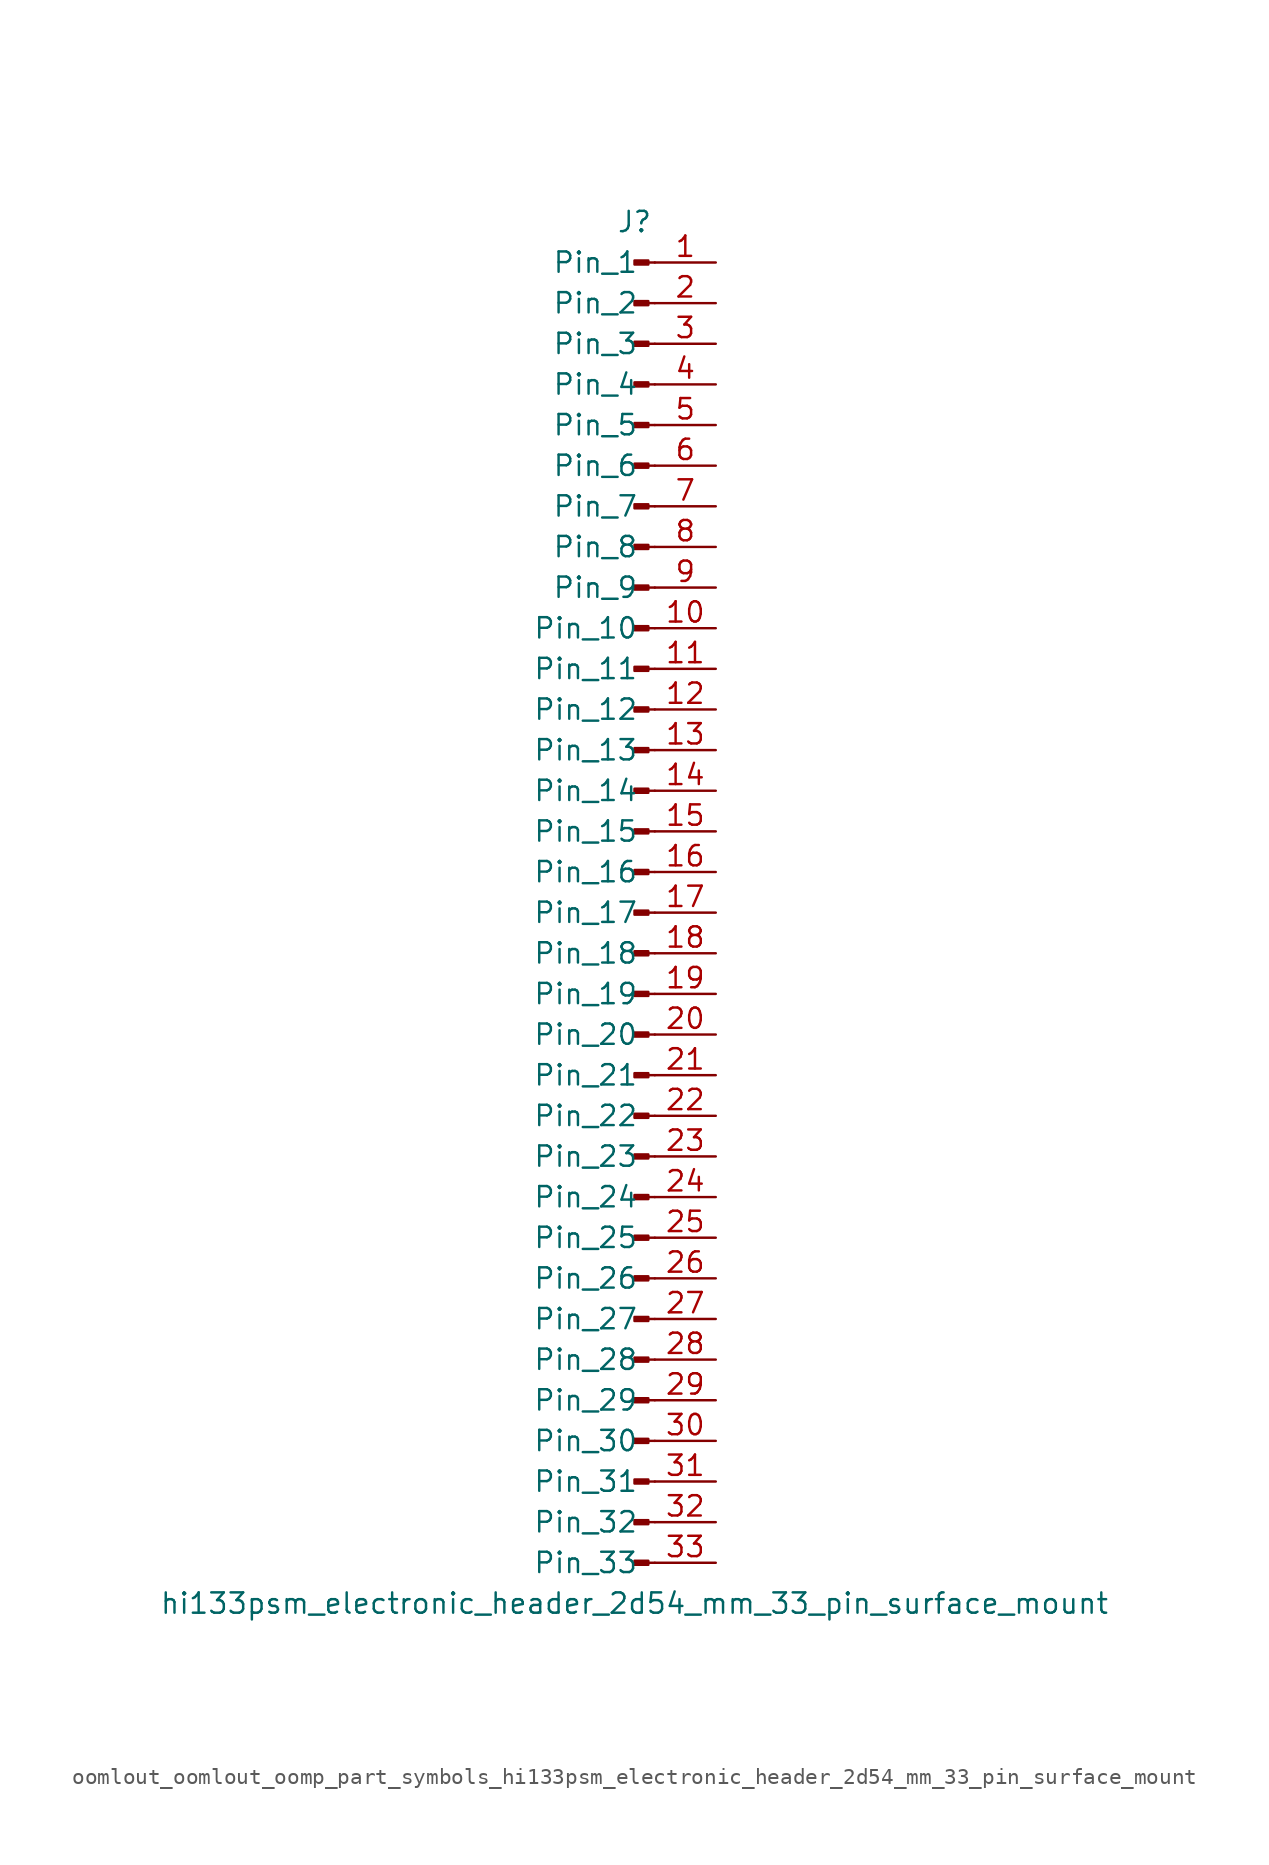
<source format=kicad_sym>
(kicad_symbol_lib
  (version 20220914)
  (generator kicad_symbol_editor)
  (symbol "oomlout_oomlout_oomp_part_symbols_hi133psm_electronic_header_2d54_mm_33_pin_surface_mount"
    (pin_names
      (offset 1.016))
    (property "Reference" "J"
      (at 0 43.18 0)
      (effects (font (size 1.27 1.27))))
    (property "Value" "hi133psm_electronic_header_2d54_mm_33_pin_surface_mount"
      (at 0 -43.18 0)
      (effects (font (size 1.27 1.27))))
    (property "ki_locked" ""
      (at 0 0 0)
      (effects (font (size 1.27 1.27))))
    (symbol "oomlout_oomlout_oomp_part_symbols_hi133psm_electronic_header_2d54_mm_33_pin_surface_mount_1_1"
      (polyline (pts (xy 1.27 -40.64) (xy 0.864 -40.64)) (stroke (width 0.152) (type default)) (fill (type none)))
      (polyline (pts (xy 1.27 -38.1) (xy 0.864 -38.1)) (stroke (width 0.152) (type default)) (fill (type none)))
      (polyline (pts (xy 1.27 -35.56) (xy 0.864 -35.56)) (stroke (width 0.152) (type default)) (fill (type none)))
      (polyline (pts (xy 1.27 -33.02) (xy 0.864 -33.02)) (stroke (width 0.152) (type default)) (fill (type none)))
      (polyline (pts (xy 1.27 -30.48) (xy 0.864 -30.48)) (stroke (width 0.152) (type default)) (fill (type none)))
      (polyline (pts (xy 1.27 -27.94) (xy 0.864 -27.94)) (stroke (width 0.152) (type default)) (fill (type none)))
      (polyline (pts (xy 1.27 -25.4) (xy 0.864 -25.4)) (stroke (width 0.152) (type default)) (fill (type none)))
      (polyline (pts (xy 1.27 -22.86) (xy 0.864 -22.86)) (stroke (width 0.152) (type default)) (fill (type none)))
      (polyline (pts (xy 1.27 -20.32) (xy 0.864 -20.32)) (stroke (width 0.152) (type default)) (fill (type none)))
      (polyline (pts (xy 1.27 -17.78) (xy 0.864 -17.78)) (stroke (width 0.152) (type default)) (fill (type none)))
      (polyline (pts (xy 1.27 -15.24) (xy 0.864 -15.24)) (stroke (width 0.152) (type default)) (fill (type none)))
      (polyline (pts (xy 1.27 -12.7) (xy 0.864 -12.7)) (stroke (width 0.152) (type default)) (fill (type none)))
      (polyline (pts (xy 1.27 -10.16) (xy 0.864 -10.16)) (stroke (width 0.152) (type default)) (fill (type none)))
      (polyline (pts (xy 1.27 -7.62) (xy 0.864 -7.62)) (stroke (width 0.152) (type default)) (fill (type none)))
      (polyline (pts (xy 1.27 -5.08) (xy 0.864 -5.08)) (stroke (width 0.152) (type default)) (fill (type none)))
      (polyline (pts (xy 1.27 -2.54) (xy 0.864 -2.54)) (stroke (width 0.152) (type default)) (fill (type none)))
      (polyline (pts (xy 1.27 0) (xy 0.864 0)) (stroke (width 0.152) (type default)) (fill (type none)))
      (polyline (pts (xy 1.27 2.54) (xy 0.864 2.54)) (stroke (width 0.152) (type default)) (fill (type none)))
      (polyline (pts (xy 1.27 5.08) (xy 0.864 5.08)) (stroke (width 0.152) (type default)) (fill (type none)))
      (polyline (pts (xy 1.27 7.62) (xy 0.864 7.62)) (stroke (width 0.152) (type default)) (fill (type none)))
      (polyline (pts (xy 1.27 10.16) (xy 0.864 10.16)) (stroke (width 0.152) (type default)) (fill (type none)))
      (polyline (pts (xy 1.27 12.7) (xy 0.864 12.7)) (stroke (width 0.152) (type default)) (fill (type none)))
      (polyline (pts (xy 1.27 15.24) (xy 0.864 15.24)) (stroke (width 0.152) (type default)) (fill (type none)))
      (polyline (pts (xy 1.27 17.78) (xy 0.864 17.78)) (stroke (width 0.152) (type default)) (fill (type none)))
      (polyline (pts (xy 1.27 20.32) (xy 0.864 20.32)) (stroke (width 0.152) (type default)) (fill (type none)))
      (polyline (pts (xy 1.27 22.86) (xy 0.864 22.86)) (stroke (width 0.152) (type default)) (fill (type none)))
      (polyline (pts (xy 1.27 25.4) (xy 0.864 25.4)) (stroke (width 0.152) (type default)) (fill (type none)))
      (polyline (pts (xy 1.27 27.94) (xy 0.864 27.94)) (stroke (width 0.152) (type default)) (fill (type none)))
      (polyline (pts (xy 1.27 30.48) (xy 0.864 30.48)) (stroke (width 0.152) (type default)) (fill (type none)))
      (polyline (pts (xy 1.27 33.02) (xy 0.864 33.02)) (stroke (width 0.152) (type default)) (fill (type none)))
      (polyline (pts (xy 1.27 35.56) (xy 0.864 35.56)) (stroke (width 0.152) (type default)) (fill (type none)))
      (polyline (pts (xy 1.27 38.1) (xy 0.864 38.1)) (stroke (width 0.152) (type default)) (fill (type none)))
      (polyline (pts (xy 1.27 40.64) (xy 0.864 40.64)) (stroke (width 0.152) (type default)) (fill (type none)))
      (rectangle (start 0.864 -40.513) (end 0 -40.767) (stroke (width 0.152) (type default)) (fill (type outline)))
      (rectangle (start 0.864 -37.973) (end 0 -38.227) (stroke (width 0.152) (type default)) (fill (type outline)))
      (rectangle (start 0.864 -35.433) (end 0 -35.687) (stroke (width 0.152) (type default)) (fill (type outline)))
      (rectangle (start 0.864 -32.893) (end 0 -33.147) (stroke (width 0.152) (type default)) (fill (type outline)))
      (rectangle (start 0.864 -30.353) (end 0 -30.607) (stroke (width 0.152) (type default)) (fill (type outline)))
      (rectangle (start 0.864 -27.813) (end 0 -28.067) (stroke (width 0.152) (type default)) (fill (type outline)))
      (rectangle (start 0.864 -25.273) (end 0 -25.527) (stroke (width 0.152) (type default)) (fill (type outline)))
      (rectangle (start 0.864 -22.733) (end 0 -22.987) (stroke (width 0.152) (type default)) (fill (type outline)))
      (rectangle (start 0.864 -20.193) (end 0 -20.447) (stroke (width 0.152) (type default)) (fill (type outline)))
      (rectangle (start 0.864 -17.653) (end 0 -17.907) (stroke (width 0.152) (type default)) (fill (type outline)))
      (rectangle (start 0.864 -15.113) (end 0 -15.367) (stroke (width 0.152) (type default)) (fill (type outline)))
      (rectangle (start 0.864 -12.573) (end 0 -12.827) (stroke (width 0.152) (type default)) (fill (type outline)))
      (rectangle (start 0.864 -10.033) (end 0 -10.287) (stroke (width 0.152) (type default)) (fill (type outline)))
      (rectangle (start 0.864 -7.493) (end 0 -7.747) (stroke (width 0.152) (type default)) (fill (type outline)))
      (rectangle (start 0.864 -4.953) (end 0 -5.207) (stroke (width 0.152) (type default)) (fill (type outline)))
      (rectangle (start 0.864 -2.413) (end 0 -2.667) (stroke (width 0.152) (type default)) (fill (type outline)))
      (rectangle (start 0.864 0.127) (end 0 -0.127) (stroke (width 0.152) (type default)) (fill (type outline)))
      (rectangle (start 0.864 2.667) (end 0 2.413) (stroke (width 0.152) (type default)) (fill (type outline)))
      (rectangle (start 0.864 5.207) (end 0 4.953) (stroke (width 0.152) (type default)) (fill (type outline)))
      (rectangle (start 0.864 7.747) (end 0 7.493) (stroke (width 0.152) (type default)) (fill (type outline)))
      (rectangle (start 0.864 10.287) (end 0 10.033) (stroke (width 0.152) (type default)) (fill (type outline)))
      (rectangle (start 0.864 12.827) (end 0 12.573) (stroke (width 0.152) (type default)) (fill (type outline)))
      (rectangle (start 0.864 15.367) (end 0 15.113) (stroke (width 0.152) (type default)) (fill (type outline)))
      (rectangle (start 0.864 17.907) (end 0 17.653) (stroke (width 0.152) (type default)) (fill (type outline)))
      (rectangle (start 0.864 20.447) (end 0 20.193) (stroke (width 0.152) (type default)) (fill (type outline)))
      (rectangle (start 0.864 22.987) (end 0 22.733) (stroke (width 0.152) (type default)) (fill (type outline)))
      (rectangle (start 0.864 25.527) (end 0 25.273) (stroke (width 0.152) (type default)) (fill (type outline)))
      (rectangle (start 0.864 28.067) (end 0 27.813) (stroke (width 0.152) (type default)) (fill (type outline)))
      (rectangle (start 0.864 30.607) (end 0 30.353) (stroke (width 0.152) (type default)) (fill (type outline)))
      (rectangle (start 0.864 33.147) (end 0 32.893) (stroke (width 0.152) (type default)) (fill (type outline)))
      (rectangle (start 0.864 35.687) (end 0 35.433) (stroke (width 0.152) (type default)) (fill (type outline)))
      (rectangle (start 0.864 38.227) (end 0 37.973) (stroke (width 0.152) (type default)) (fill (type outline)))
      (rectangle (start 0.864 40.767) (end 0 40.513) (stroke (width 0.152) (type default)) (fill (type outline)))
      (pin passive line (at 5.08 40.64 180) (length 3.81) (name "Pin_1" (effects (font (size 1.27 1.27)))) (number "1" (effects (font (size 1.27 1.27)))))
      (pin passive line (at 5.08 17.78 180) (length 3.81) (name "Pin_10" (effects (font (size 1.27 1.27)))) (number "10" (effects (font (size 1.27 1.27)))))
      (pin passive line (at 5.08 15.24 180) (length 3.81) (name "Pin_11" (effects (font (size 1.27 1.27)))) (number "11" (effects (font (size 1.27 1.27)))))
      (pin passive line (at 5.08 12.7 180) (length 3.81) (name "Pin_12" (effects (font (size 1.27 1.27)))) (number "12" (effects (font (size 1.27 1.27)))))
      (pin passive line (at 5.08 10.16 180) (length 3.81) (name "Pin_13" (effects (font (size 1.27 1.27)))) (number "13" (effects (font (size 1.27 1.27)))))
      (pin passive line (at 5.08 7.62 180) (length 3.81) (name "Pin_14" (effects (font (size 1.27 1.27)))) (number "14" (effects (font (size 1.27 1.27)))))
      (pin passive line (at 5.08 5.08 180) (length 3.81) (name "Pin_15" (effects (font (size 1.27 1.27)))) (number "15" (effects (font (size 1.27 1.27)))))
      (pin passive line (at 5.08 2.54 180) (length 3.81) (name "Pin_16" (effects (font (size 1.27 1.27)))) (number "16" (effects (font (size 1.27 1.27)))))
      (pin passive line (at 5.08 0 180) (length 3.81) (name "Pin_17" (effects (font (size 1.27 1.27)))) (number "17" (effects (font (size 1.27 1.27)))))
      (pin passive line (at 5.08 -2.54 180) (length 3.81) (name "Pin_18" (effects (font (size 1.27 1.27)))) (number "18" (effects (font (size 1.27 1.27)))))
      (pin passive line (at 5.08 -5.08 180) (length 3.81) (name "Pin_19" (effects (font (size 1.27 1.27)))) (number "19" (effects (font (size 1.27 1.27)))))
      (pin passive line (at 5.08 38.1 180) (length 3.81) (name "Pin_2" (effects (font (size 1.27 1.27)))) (number "2" (effects (font (size 1.27 1.27)))))
      (pin passive line (at 5.08 -7.62 180) (length 3.81) (name "Pin_20" (effects (font (size 1.27 1.27)))) (number "20" (effects (font (size 1.27 1.27)))))
      (pin passive line (at 5.08 -10.16 180) (length 3.81) (name "Pin_21" (effects (font (size 1.27 1.27)))) (number "21" (effects (font (size 1.27 1.27)))))
      (pin passive line (at 5.08 -12.7 180) (length 3.81) (name "Pin_22" (effects (font (size 1.27 1.27)))) (number "22" (effects (font (size 1.27 1.27)))))
      (pin passive line (at 5.08 -15.24 180) (length 3.81) (name "Pin_23" (effects (font (size 1.27 1.27)))) (number "23" (effects (font (size 1.27 1.27)))))
      (pin passive line (at 5.08 -17.78 180) (length 3.81) (name "Pin_24" (effects (font (size 1.27 1.27)))) (number "24" (effects (font (size 1.27 1.27)))))
      (pin passive line (at 5.08 -20.32 180) (length 3.81) (name "Pin_25" (effects (font (size 1.27 1.27)))) (number "25" (effects (font (size 1.27 1.27)))))
      (pin passive line (at 5.08 -22.86 180) (length 3.81) (name "Pin_26" (effects (font (size 1.27 1.27)))) (number "26" (effects (font (size 1.27 1.27)))))
      (pin passive line (at 5.08 -25.4 180) (length 3.81) (name "Pin_27" (effects (font (size 1.27 1.27)))) (number "27" (effects (font (size 1.27 1.27)))))
      (pin passive line (at 5.08 -27.94 180) (length 3.81) (name "Pin_28" (effects (font (size 1.27 1.27)))) (number "28" (effects (font (size 1.27 1.27)))))
      (pin passive line (at 5.08 -30.48 180) (length 3.81) (name "Pin_29" (effects (font (size 1.27 1.27)))) (number "29" (effects (font (size 1.27 1.27)))))
      (pin passive line (at 5.08 35.56 180) (length 3.81) (name "Pin_3" (effects (font (size 1.27 1.27)))) (number "3" (effects (font (size 1.27 1.27)))))
      (pin passive line (at 5.08 -33.02 180) (length 3.81) (name "Pin_30" (effects (font (size 1.27 1.27)))) (number "30" (effects (font (size 1.27 1.27)))))
      (pin passive line (at 5.08 -35.56 180) (length 3.81) (name "Pin_31" (effects (font (size 1.27 1.27)))) (number "31" (effects (font (size 1.27 1.27)))))
      (pin passive line (at 5.08 -38.1 180) (length 3.81) (name "Pin_32" (effects (font (size 1.27 1.27)))) (number "32" (effects (font (size 1.27 1.27)))))
      (pin passive line (at 5.08 -40.64 180) (length 3.81) (name "Pin_33" (effects (font (size 1.27 1.27)))) (number "33" (effects (font (size 1.27 1.27)))))
      (pin passive line (at 5.08 33.02 180) (length 3.81) (name "Pin_4" (effects (font (size 1.27 1.27)))) (number "4" (effects (font (size 1.27 1.27)))))
      (pin passive line (at 5.08 30.48 180) (length 3.81) (name "Pin_5" (effects (font (size 1.27 1.27)))) (number "5" (effects (font (size 1.27 1.27)))))
      (pin passive line (at 5.08 27.94 180) (length 3.81) (name "Pin_6" (effects (font (size 1.27 1.27)))) (number "6" (effects (font (size 1.27 1.27)))))
      (pin passive line (at 5.08 25.4 180) (length 3.81) (name "Pin_7" (effects (font (size 1.27 1.27)))) (number "7" (effects (font (size 1.27 1.27)))))
      (pin passive line (at 5.08 22.86 180) (length 3.81) (name "Pin_8" (effects (font (size 1.27 1.27)))) (number "8" (effects (font (size 1.27 1.27)))))
      (pin passive line (at 5.08 20.32 180) (length 3.81) (name "Pin_9" (effects (font (size 1.27 1.27)))) (number "9" (effects (font (size 1.27 1.27))))))))
</source>
